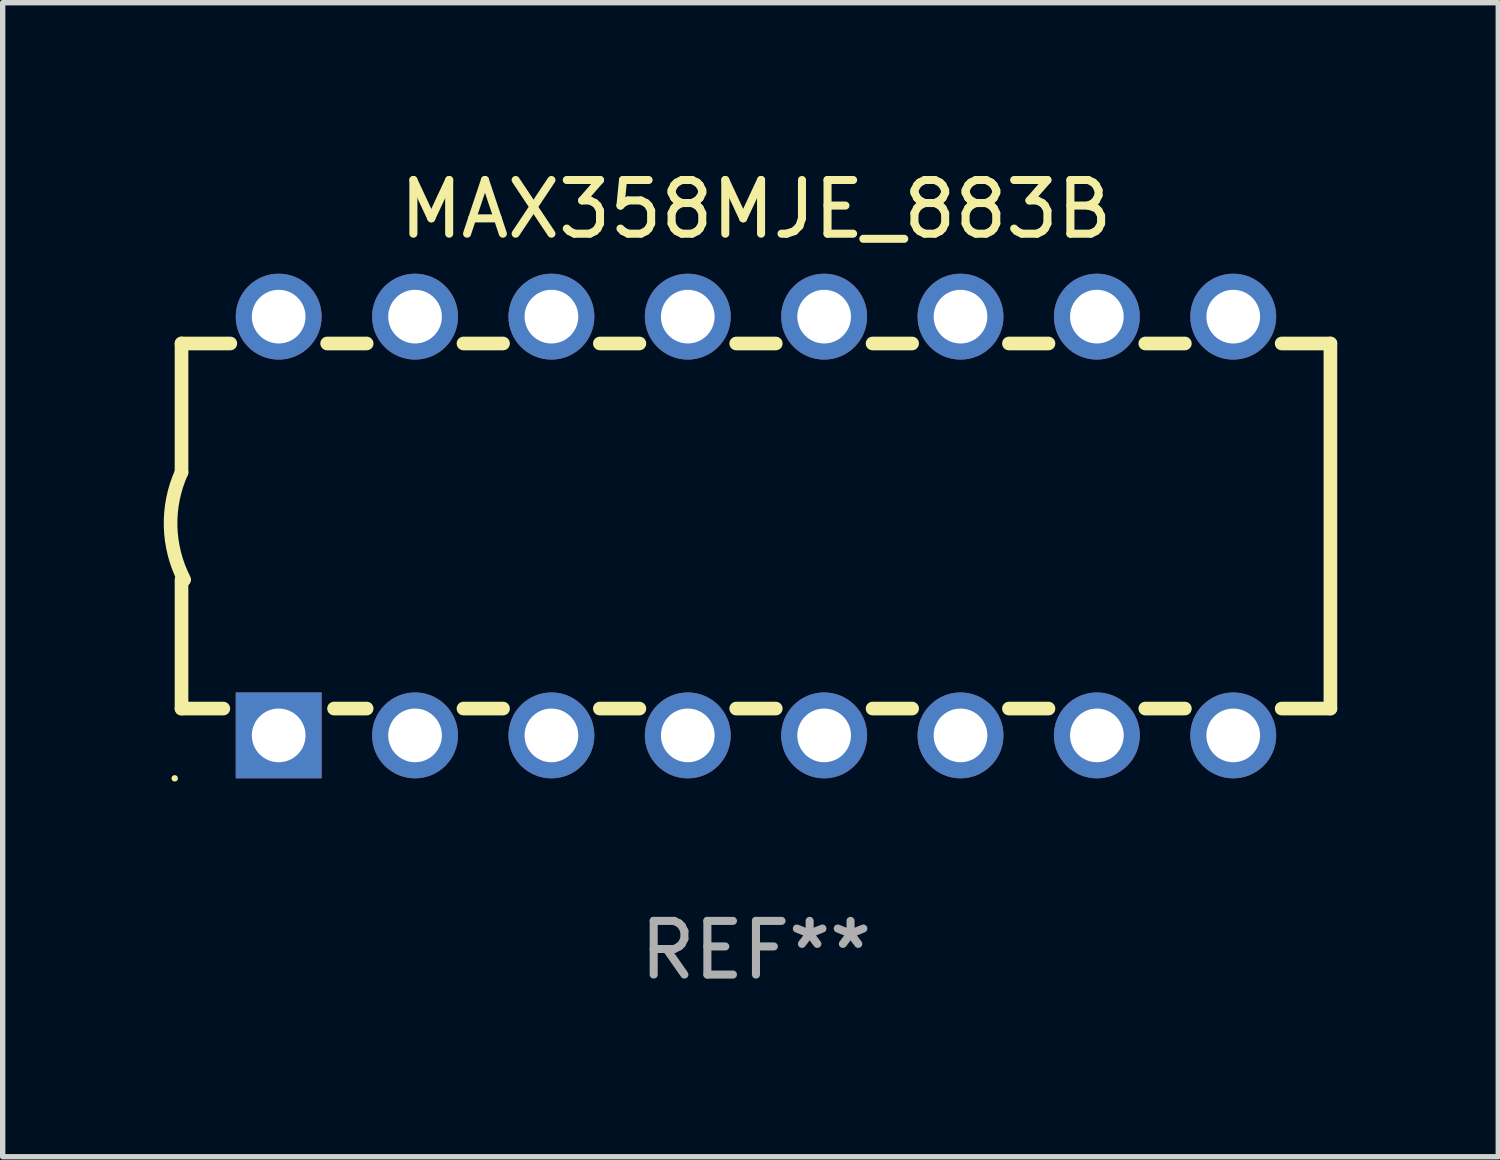
<source format=kicad_pcb>
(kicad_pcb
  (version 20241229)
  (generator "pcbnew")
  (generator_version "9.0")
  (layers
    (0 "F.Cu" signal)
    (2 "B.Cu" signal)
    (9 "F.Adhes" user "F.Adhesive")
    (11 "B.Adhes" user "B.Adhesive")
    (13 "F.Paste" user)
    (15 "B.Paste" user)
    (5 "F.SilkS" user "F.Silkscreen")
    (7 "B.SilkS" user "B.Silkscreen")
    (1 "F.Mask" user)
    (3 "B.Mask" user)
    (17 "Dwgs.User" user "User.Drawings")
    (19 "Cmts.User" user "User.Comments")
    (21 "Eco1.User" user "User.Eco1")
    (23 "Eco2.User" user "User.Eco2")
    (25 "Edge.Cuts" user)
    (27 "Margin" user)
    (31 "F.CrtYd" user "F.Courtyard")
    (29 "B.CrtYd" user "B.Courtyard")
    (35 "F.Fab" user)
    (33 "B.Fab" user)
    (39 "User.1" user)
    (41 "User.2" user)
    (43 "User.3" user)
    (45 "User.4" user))
  (footprint "MAX358MJE_883B"
    (layer "F.Cu")
    (at 11.031 6.748)
    (property "Reference" "MAX358MJE_883B" (at 0 -5.9 0) (layer "F.SilkS") (effects (font (size 1 1) (thickness 0.15))))
    (attr through_hole)
    (fp_line (start -10.7 -3.4) (end -9.791 -3.4) (stroke (width 0.254) (type solid)) (layer "F.SilkS"))
    (fp_line (start -10.7 -0.998) (end -10.7 -3.4) (stroke (width 0.254) (type solid)) (layer "F.SilkS"))
    (fp_line (start -10.7 3.4) (end -10.7 1) (stroke (width 0.254) (type solid)) (layer "F.SilkS"))
    (fp_line (start -10.7 3.4) (end -9.921 3.4) (stroke (width 0.254) (type solid)) (layer "F.SilkS"))
    (fp_line (start -7.988 -3.4) (end -7.251 -3.4) (stroke (width 0.254) (type solid)) (layer "F.SilkS"))
    (fp_line (start -7.859 3.4) (end -7.251 3.4) (stroke (width 0.254) (type solid)) (layer "F.SilkS"))
    (fp_line (start -5.448 -3.4) (end -4.711 -3.4) (stroke (width 0.254) (type solid)) (layer "F.SilkS"))
    (fp_line (start -5.448 3.4) (end -4.711 3.4) (stroke (width 0.254) (type solid)) (layer "F.SilkS"))
    (fp_line (start -2.908 -3.4) (end -2.171 -3.4) (stroke (width 0.254) (type solid)) (layer "F.SilkS"))
    (fp_line (start -2.908 3.4) (end -2.171 3.4) (stroke (width 0.254) (type solid)) (layer "F.SilkS"))
    (fp_line (start -0.368 -3.4) (end 0.369 -3.4) (stroke (width 0.254) (type solid)) (layer "F.SilkS"))
    (fp_line (start -0.368 3.4) (end 0.369 3.4) (stroke (width 0.254) (type solid)) (layer "F.SilkS"))
    (fp_line (start 2.172 -3.4) (end 2.909 -3.4) (stroke (width 0.254) (type solid)) (layer "F.SilkS"))
    (fp_line (start 2.172 3.4) (end 2.909 3.4) (stroke (width 0.254) (type solid)) (layer "F.SilkS"))
    (fp_line (start 4.712 -3.4) (end 5.449 -3.4) (stroke (width 0.254) (type solid)) (layer "F.SilkS"))
    (fp_line (start 4.712 3.4) (end 5.449 3.4) (stroke (width 0.254) (type solid)) (layer "F.SilkS"))
    (fp_line (start 7.252 -3.4) (end 7.989 -3.4) (stroke (width 0.254) (type solid)) (layer "F.SilkS"))
    (fp_line (start 7.252 3.4) (end 7.989 3.4) (stroke (width 0.254) (type solid)) (layer "F.SilkS"))
    (fp_line (start 9.792 -3.4) (end 10.7 -3.4) (stroke (width 0.254) (type solid)) (layer "F.SilkS"))
    (fp_line (start 9.792 3.4) (end 10.7 3.4) (stroke (width 0.254) (type solid)) (layer "F.SilkS"))
    (fp_line (start 10.7 3.4) (end 10.7 -3.4) (stroke (width 0.254) (type solid)) (layer "F.SilkS"))
    (fp_arc (start -10.649962 0.99995) (mid -10.90314 0.005668) (end -10.699975 -1.000025) (stroke (width 0.254001) (type solid)) (layer "F.SilkS"))
    (fp_circle (center -10.827 4.7) (end -10.797 4.7) (stroke (width 0.06) (type solid)) (fill no) (layer "F.SilkS"))
    (fp_text user "REF**" (at 0 7.9 0) (layer "F.Fab") (effects (font (size 1 1) (thickness 0.15))))
    (pad "1" thru_hole rect (at -8.89 3.9 90) (size 1.6 1.6) (drill 1) (layers "*.Cu" "*.Mask"))
    (pad "2" thru_hole circle (at -6.35 3.9) (size 1.6 1.6) (drill 1) (layers "*.Cu" "*.Mask"))
    (pad "3" thru_hole circle (at -3.81 3.9) (size 1.6 1.6) (drill 1) (layers "*.Cu" "*.Mask"))
    (pad "4" thru_hole circle (at -1.27 3.9) (size 1.6 1.6) (drill 1) (layers "*.Cu" "*.Mask"))
    (pad "5" thru_hole circle (at 1.27 3.9) (size 1.6 1.6) (drill 1) (layers "*.Cu" "*.Mask"))
    (pad "6" thru_hole circle (at 3.81 3.9) (size 1.6 1.6) (drill 1) (layers "*.Cu" "*.Mask"))
    (pad "7" thru_hole circle (at 6.35 3.9) (size 1.6 1.6) (drill 1) (layers "*.Cu" "*.Mask"))
    (pad "8" thru_hole circle (at 8.89 3.9) (size 1.6 1.6) (drill 1) (layers "*.Cu" "*.Mask"))
    (pad "9" thru_hole circle (at 8.89 -3.9) (size 1.6 1.6) (drill 1) (layers "*.Cu" "*.Mask"))
    (pad "10" thru_hole circle (at 6.35 -3.9) (size 1.6 1.6) (drill 1) (layers "*.Cu" "*.Mask"))
    (pad "11" thru_hole circle (at 3.81 -3.9) (size 1.6 1.6) (drill 1) (layers "*.Cu" "*.Mask"))
    (pad "12" thru_hole circle (at 1.27 -3.9) (size 1.6 1.6) (drill 1) (layers "*.Cu" "*.Mask"))
    (pad "13" thru_hole circle (at -1.27 -3.9) (size 1.6 1.6) (drill 1) (layers "*.Cu" "*.Mask"))
    (pad "14" thru_hole circle (at -3.81 -3.9) (size 1.6 1.6) (drill 1) (layers "*.Cu" "*.Mask"))
    (pad "15" thru_hole circle (at -6.35 -3.9) (size 1.6 1.6) (drill 1) (layers "*.Cu" "*.Mask"))
    (pad "16" thru_hole circle (at -8.89 -3.9) (size 1.6 1.6) (drill 1) (layers "*.Cu" "*.Mask")))
  (gr_rect
    (start -3 -3)
    (end 24.858 18.496)
    (stroke (width 0.1) (type default))
    (fill no)
    (layer "Edge.Cuts")))
</source>
